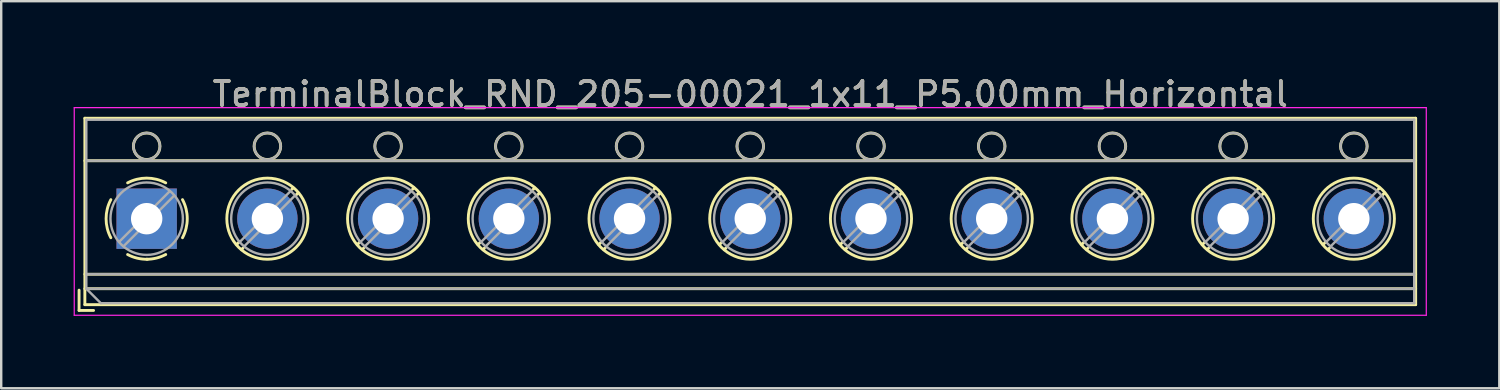
<source format=kicad_pcb>
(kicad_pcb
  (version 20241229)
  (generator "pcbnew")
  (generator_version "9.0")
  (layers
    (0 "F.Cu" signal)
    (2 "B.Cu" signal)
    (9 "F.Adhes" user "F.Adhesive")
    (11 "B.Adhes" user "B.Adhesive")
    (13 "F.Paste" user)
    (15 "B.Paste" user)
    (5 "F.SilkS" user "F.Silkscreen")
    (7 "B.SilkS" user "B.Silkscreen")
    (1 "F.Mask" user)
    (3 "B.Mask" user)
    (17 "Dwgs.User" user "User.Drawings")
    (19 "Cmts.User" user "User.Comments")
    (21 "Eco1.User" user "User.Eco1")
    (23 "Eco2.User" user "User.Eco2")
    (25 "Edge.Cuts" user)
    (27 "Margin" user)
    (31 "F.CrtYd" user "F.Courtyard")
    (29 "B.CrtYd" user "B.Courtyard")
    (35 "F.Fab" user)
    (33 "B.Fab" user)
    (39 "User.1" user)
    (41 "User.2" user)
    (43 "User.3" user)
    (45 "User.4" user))
  (footprint "TerminalBlock_RND_205-00021_1x11_P5.00mm_Horizontal"
    (layer "F.Cu")
    (at 3.025 6.008)
    (property "Reference" "TerminalBlock_RND_205-00021_1x11_P5.00mm_Horizontal" (at 25 -5.16 0) (layer "F.SilkS") (effects (font (size 1 1) (thickness 0.15))))
    (attr through_hole)
    (fp_line (start -2.8 2.96) (end -2.8 3.8) (stroke (width 0.12) (type solid)) (layer "F.SilkS"))
    (fp_line (start -2.8 3.8) (end -2.2 3.8) (stroke (width 0.12) (type solid)) (layer "F.SilkS"))
    (fp_line (start -2.56 -4.16) (end -2.56 3.561) (stroke (width 0.12) (type solid)) (layer "F.SilkS"))
    (fp_line (start -2.56 -4.16) (end 52.56 -4.16) (stroke (width 0.12) (type solid)) (layer "F.SilkS"))
    (fp_line (start -2.56 -2.4) (end 52.56 -2.4) (stroke (width 0.12) (type solid)) (layer "F.SilkS"))
    (fp_line (start -2.56 2.3) (end 52.56 2.3) (stroke (width 0.12) (type solid)) (layer "F.SilkS"))
    (fp_line (start -2.56 2.9) (end 52.56 2.9) (stroke (width 0.12) (type solid)) (layer "F.SilkS"))
    (fp_line (start -2.56 3.561) (end 52.56 3.561) (stroke (width 0.12) (type solid)) (layer "F.SilkS"))
    (fp_line (start 3.82 0.976) (end 3.726 1.069) (stroke (width 0.12) (type solid)) (layer "F.SilkS"))
    (fp_line (start 3.99 1.216) (end 3.931 1.274) (stroke (width 0.12) (type solid)) (layer "F.SilkS"))
    (fp_line (start 6.07 -1.275) (end 6.011 -1.216) (stroke (width 0.12) (type solid)) (layer "F.SilkS"))
    (fp_line (start 6.275 -1.069) (end 6.181 -0.976) (stroke (width 0.12) (type solid)) (layer "F.SilkS"))
    (fp_line (start 8.82 0.976) (end 8.726 1.069) (stroke (width 0.12) (type solid)) (layer "F.SilkS"))
    (fp_line (start 8.99 1.216) (end 8.931 1.274) (stroke (width 0.12) (type solid)) (layer "F.SilkS"))
    (fp_line (start 11.07 -1.275) (end 11.011 -1.216) (stroke (width 0.12) (type solid)) (layer "F.SilkS"))
    (fp_line (start 11.275 -1.069) (end 11.181 -0.976) (stroke (width 0.12) (type solid)) (layer "F.SilkS"))
    (fp_line (start 13.82 0.976) (end 13.726 1.069) (stroke (width 0.12) (type solid)) (layer "F.SilkS"))
    (fp_line (start 13.99 1.216) (end 13.931 1.274) (stroke (width 0.12) (type solid)) (layer "F.SilkS"))
    (fp_line (start 16.07 -1.275) (end 16.011 -1.216) (stroke (width 0.12) (type solid)) (layer "F.SilkS"))
    (fp_line (start 16.275 -1.069) (end 16.181 -0.976) (stroke (width 0.12) (type solid)) (layer "F.SilkS"))
    (fp_line (start 18.82 0.976) (end 18.726 1.069) (stroke (width 0.12) (type solid)) (layer "F.SilkS"))
    (fp_line (start 18.99 1.216) (end 18.931 1.274) (stroke (width 0.12) (type solid)) (layer "F.SilkS"))
    (fp_line (start 21.07 -1.275) (end 21.011 -1.216) (stroke (width 0.12) (type solid)) (layer "F.SilkS"))
    (fp_line (start 21.275 -1.069) (end 21.181 -0.976) (stroke (width 0.12) (type solid)) (layer "F.SilkS"))
    (fp_line (start 23.82 0.976) (end 23.726 1.069) (stroke (width 0.12) (type solid)) (layer "F.SilkS"))
    (fp_line (start 23.99 1.216) (end 23.931 1.274) (stroke (width 0.12) (type solid)) (layer "F.SilkS"))
    (fp_line (start 26.07 -1.275) (end 26.011 -1.216) (stroke (width 0.12) (type solid)) (layer "F.SilkS"))
    (fp_line (start 26.275 -1.069) (end 26.181 -0.976) (stroke (width 0.12) (type solid)) (layer "F.SilkS"))
    (fp_line (start 28.82 0.976) (end 28.726 1.069) (stroke (width 0.12) (type solid)) (layer "F.SilkS"))
    (fp_line (start 28.99 1.216) (end 28.931 1.274) (stroke (width 0.12) (type solid)) (layer "F.SilkS"))
    (fp_line (start 31.07 -1.275) (end 31.011 -1.216) (stroke (width 0.12) (type solid)) (layer "F.SilkS"))
    (fp_line (start 31.275 -1.069) (end 31.181 -0.976) (stroke (width 0.12) (type solid)) (layer "F.SilkS"))
    (fp_line (start 33.82 0.976) (end 33.726 1.069) (stroke (width 0.12) (type solid)) (layer "F.SilkS"))
    (fp_line (start 33.99 1.216) (end 33.931 1.274) (stroke (width 0.12) (type solid)) (layer "F.SilkS"))
    (fp_line (start 36.07 -1.275) (end 36.011 -1.216) (stroke (width 0.12) (type solid)) (layer "F.SilkS"))
    (fp_line (start 36.275 -1.069) (end 36.181 -0.976) (stroke (width 0.12) (type solid)) (layer "F.SilkS"))
    (fp_line (start 38.82 0.976) (end 38.726 1.069) (stroke (width 0.12) (type solid)) (layer "F.SilkS"))
    (fp_line (start 38.99 1.216) (end 38.931 1.274) (stroke (width 0.12) (type solid)) (layer "F.SilkS"))
    (fp_line (start 41.07 -1.275) (end 41.011 -1.216) (stroke (width 0.12) (type solid)) (layer "F.SilkS"))
    (fp_line (start 41.275 -1.069) (end 41.181 -0.976) (stroke (width 0.12) (type solid)) (layer "F.SilkS"))
    (fp_line (start 43.82 0.976) (end 43.726 1.069) (stroke (width 0.12) (type solid)) (layer "F.SilkS"))
    (fp_line (start 43.99 1.216) (end 43.931 1.274) (stroke (width 0.12) (type solid)) (layer "F.SilkS"))
    (fp_line (start 46.07 -1.275) (end 46.011 -1.216) (stroke (width 0.12) (type solid)) (layer "F.SilkS"))
    (fp_line (start 46.275 -1.069) (end 46.181 -0.976) (stroke (width 0.12) (type solid)) (layer "F.SilkS"))
    (fp_line (start 48.82 0.976) (end 48.726 1.069) (stroke (width 0.12) (type solid)) (layer "F.SilkS"))
    (fp_line (start 48.99 1.216) (end 48.931 1.274) (stroke (width 0.12) (type solid)) (layer "F.SilkS"))
    (fp_line (start 51.07 -1.275) (end 51.011 -1.216) (stroke (width 0.12) (type solid)) (layer "F.SilkS"))
    (fp_line (start 51.275 -1.069) (end 51.181 -0.976) (stroke (width 0.12) (type solid)) (layer "F.SilkS"))
    (fp_line (start 52.56 -4.16) (end 52.56 3.561) (stroke (width 0.12) (type solid)) (layer "F.SilkS"))
    (fp_arc (start -1.483953 0.789089) (mid -1.680708 0.00005) (end -1.484 -0.789) (stroke (width 0.12) (type solid)) (layer "F.SilkS"))
    (fp_arc (start -0.789089 -1.483953) (mid -0.00005 -1.680708) (end 0.789 -1.484) (stroke (width 0.12) (type solid)) (layer "F.SilkS"))
    (fp_arc (start 0.029383 1.68045) (mid -0.392304 1.634281) (end -0.789 1.484) (stroke (width 0.12) (type solid)) (layer "F.SilkS"))
    (fp_arc (start 0.788712 1.483352) (mid 0.406429 1.630097) (end 0 1.68) (stroke (width 0.12) (type solid)) (layer "F.SilkS"))
    (fp_arc (start 1.483953 -0.789089) (mid 1.680708 -0.00005) (end 1.484 0.789) (stroke (width 0.12) (type solid)) (layer "F.SilkS"))
    (fp_circle (center 0 -3) (end 0.55 -3) (stroke (width 0.12) (type solid)) (fill no) (layer "F.SilkS"))
    (fp_circle (center 5 -3) (end 5.55 -3) (stroke (width 0.12) (type solid)) (fill no) (layer "F.SilkS"))
    (fp_circle (center 5 0) (end 6.68 0) (stroke (width 0.12) (type solid)) (fill no) (layer "F.SilkS"))
    (fp_circle (center 10 -3) (end 10.55 -3) (stroke (width 0.12) (type solid)) (fill no) (layer "F.SilkS"))
    (fp_circle (center 10 0) (end 11.68 0) (stroke (width 0.12) (type solid)) (fill no) (layer "F.SilkS"))
    (fp_circle (center 15 -3) (end 15.55 -3) (stroke (width 0.12) (type solid)) (fill no) (layer "F.SilkS"))
    (fp_circle (center 15 0) (end 16.68 0) (stroke (width 0.12) (type solid)) (fill no) (layer "F.SilkS"))
    (fp_circle (center 20 -3) (end 20.55 -3) (stroke (width 0.12) (type solid)) (fill no) (layer "F.SilkS"))
    (fp_circle (center 20 0) (end 21.68 0) (stroke (width 0.12) (type solid)) (fill no) (layer "F.SilkS"))
    (fp_circle (center 25 -3) (end 25.55 -3) (stroke (width 0.12) (type solid)) (fill no) (layer "F.SilkS"))
    (fp_circle (center 25 0) (end 26.68 0) (stroke (width 0.12) (type solid)) (fill no) (layer "F.SilkS"))
    (fp_circle (center 30 -3) (end 30.55 -3) (stroke (width 0.12) (type solid)) (fill no) (layer "F.SilkS"))
    (fp_circle (center 30 0) (end 31.68 0) (stroke (width 0.12) (type solid)) (fill no) (layer "F.SilkS"))
    (fp_circle (center 35 -3) (end 35.55 -3) (stroke (width 0.12) (type solid)) (fill no) (layer "F.SilkS"))
    (fp_circle (center 35 0) (end 36.68 0) (stroke (width 0.12) (type solid)) (fill no) (layer "F.SilkS"))
    (fp_circle (center 40 -3) (end 40.55 -3) (stroke (width 0.12) (type solid)) (fill no) (layer "F.SilkS"))
    (fp_circle (center 40 0) (end 41.68 0) (stroke (width 0.12) (type solid)) (fill no) (layer "F.SilkS"))
    (fp_circle (center 45 -3) (end 45.55 -3) (stroke (width 0.12) (type solid)) (fill no) (layer "F.SilkS"))
    (fp_circle (center 45 0) (end 46.68 0) (stroke (width 0.12) (type solid)) (fill no) (layer "F.SilkS"))
    (fp_circle (center 50 -3) (end 50.55 -3) (stroke (width 0.12) (type solid)) (fill no) (layer "F.SilkS"))
    (fp_circle (center 50 0) (end 51.68 0) (stroke (width 0.12) (type solid)) (fill no) (layer "F.SilkS"))
    (fp_line (start -3 -4.6) (end -3 4) (stroke (width 0.05) (type solid)) (layer "F.CrtYd"))
    (fp_line (start -3 4) (end 53 4) (stroke (width 0.05) (type solid)) (layer "F.CrtYd"))
    (fp_line (start 53 -4.6) (end -3 -4.6) (stroke (width 0.05) (type solid)) (layer "F.CrtYd"))
    (fp_line (start 53 4) (end 53 -4.6) (stroke (width 0.05) (type solid)) (layer "F.CrtYd"))
    (fp_line (start -2.5 -4.1) (end 52.5 -4.1) (stroke (width 0.1) (type solid)) (layer "F.Fab"))
    (fp_line (start -2.5 -2.4) (end 52.5 -2.4) (stroke (width 0.1) (type solid)) (layer "F.Fab"))
    (fp_line (start -2.5 2.3) (end 52.5 2.3) (stroke (width 0.1) (type solid)) (layer "F.Fab"))
    (fp_line (start -2.5 2.9) (end -2.5 -4.1) (stroke (width 0.1) (type solid)) (layer "F.Fab"))
    (fp_line (start -2.5 2.9) (end 52.5 2.9) (stroke (width 0.1) (type solid)) (layer "F.Fab"))
    (fp_line (start -1.9 3.5) (end -2.5 2.9) (stroke (width 0.1) (type solid)) (layer "F.Fab"))
    (fp_line (start 0.955 -1.138) (end -1.138 0.955) (stroke (width 0.1) (type solid)) (layer "F.Fab"))
    (fp_line (start 1.138 -0.955) (end -0.955 1.138) (stroke (width 0.1) (type solid)) (layer "F.Fab"))
    (fp_line (start 5.955 -1.138) (end 3.863 0.955) (stroke (width 0.1) (type solid)) (layer "F.Fab"))
    (fp_line (start 6.138 -0.955) (end 4.046 1.138) (stroke (width 0.1) (type solid)) (layer "F.Fab"))
    (fp_line (start 10.955 -1.138) (end 8.863 0.955) (stroke (width 0.1) (type solid)) (layer "F.Fab"))
    (fp_line (start 11.138 -0.955) (end 9.046 1.138) (stroke (width 0.1) (type solid)) (layer "F.Fab"))
    (fp_line (start 15.955 -1.138) (end 13.863 0.955) (stroke (width 0.1) (type solid)) (layer "F.Fab"))
    (fp_line (start 16.138 -0.955) (end 14.046 1.138) (stroke (width 0.1) (type solid)) (layer "F.Fab"))
    (fp_line (start 20.955 -1.138) (end 18.863 0.955) (stroke (width 0.1) (type solid)) (layer "F.Fab"))
    (fp_line (start 21.138 -0.955) (end 19.046 1.138) (stroke (width 0.1) (type solid)) (layer "F.Fab"))
    (fp_line (start 25.955 -1.138) (end 23.863 0.955) (stroke (width 0.1) (type solid)) (layer "F.Fab"))
    (fp_line (start 26.138 -0.955) (end 24.046 1.138) (stroke (width 0.1) (type solid)) (layer "F.Fab"))
    (fp_line (start 30.955 -1.138) (end 28.863 0.955) (stroke (width 0.1) (type solid)) (layer "F.Fab"))
    (fp_line (start 31.138 -0.955) (end 29.046 1.138) (stroke (width 0.1) (type solid)) (layer "F.Fab"))
    (fp_line (start 35.955 -1.138) (end 33.863 0.955) (stroke (width 0.1) (type solid)) (layer "F.Fab"))
    (fp_line (start 36.138 -0.955) (end 34.046 1.138) (stroke (width 0.1) (type solid)) (layer "F.Fab"))
    (fp_line (start 40.955 -1.138) (end 38.863 0.955) (stroke (width 0.1) (type solid)) (layer "F.Fab"))
    (fp_line (start 41.138 -0.955) (end 39.046 1.138) (stroke (width 0.1) (type solid)) (layer "F.Fab"))
    (fp_line (start 45.955 -1.138) (end 43.863 0.955) (stroke (width 0.1) (type solid)) (layer "F.Fab"))
    (fp_line (start 46.138 -0.955) (end 44.046 1.138) (stroke (width 0.1) (type solid)) (layer "F.Fab"))
    (fp_line (start 50.955 -1.138) (end 48.863 0.955) (stroke (width 0.1) (type solid)) (layer "F.Fab"))
    (fp_line (start 51.138 -0.955) (end 49.046 1.138) (stroke (width 0.1) (type solid)) (layer "F.Fab"))
    (fp_line (start 52.5 -4.1) (end 52.5 3.5) (stroke (width 0.1) (type solid)) (layer "F.Fab"))
    (fp_line (start 52.5 3.5) (end -1.9 3.5) (stroke (width 0.1) (type solid)) (layer "F.Fab"))
    (fp_circle (center 0 -3) (end 0.55 -3) (stroke (width 0.1) (type solid)) (fill no) (layer "F.Fab"))
    (fp_circle (center 0 0) (end 1.5 0) (stroke (width 0.1) (type solid)) (fill no) (layer "F.Fab"))
    (fp_circle (center 5 -3) (end 5.55 -3) (stroke (width 0.1) (type solid)) (fill no) (layer "F.Fab"))
    (fp_circle (center 5 0) (end 6.5 0) (stroke (width 0.1) (type solid)) (fill no) (layer "F.Fab"))
    (fp_circle (center 10 -3) (end 10.55 -3) (stroke (width 0.1) (type solid)) (fill no) (layer "F.Fab"))
    (fp_circle (center 10 0) (end 11.5 0) (stroke (width 0.1) (type solid)) (fill no) (layer "F.Fab"))
    (fp_circle (center 15 -3) (end 15.55 -3) (stroke (width 0.1) (type solid)) (fill no) (layer "F.Fab"))
    (fp_circle (center 15 0) (end 16.5 0) (stroke (width 0.1) (type solid)) (fill no) (layer "F.Fab"))
    (fp_circle (center 20 -3) (end 20.55 -3) (stroke (width 0.1) (type solid)) (fill no) (layer "F.Fab"))
    (fp_circle (center 20 0) (end 21.5 0) (stroke (width 0.1) (type solid)) (fill no) (layer "F.Fab"))
    (fp_circle (center 25 -3) (end 25.55 -3) (stroke (width 0.1) (type solid)) (fill no) (layer "F.Fab"))
    (fp_circle (center 25 0) (end 26.5 0) (stroke (width 0.1) (type solid)) (fill no) (layer "F.Fab"))
    (fp_circle (center 30 -3) (end 30.55 -3) (stroke (width 0.1) (type solid)) (fill no) (layer "F.Fab"))
    (fp_circle (center 30 0) (end 31.5 0) (stroke (width 0.1) (type solid)) (fill no) (layer "F.Fab"))
    (fp_circle (center 35 -3) (end 35.55 -3) (stroke (width 0.1) (type solid)) (fill no) (layer "F.Fab"))
    (fp_circle (center 35 0) (end 36.5 0) (stroke (width 0.1) (type solid)) (fill no) (layer "F.Fab"))
    (fp_circle (center 40 -3) (end 40.55 -3) (stroke (width 0.1) (type solid)) (fill no) (layer "F.Fab"))
    (fp_circle (center 40 0) (end 41.5 0) (stroke (width 0.1) (type solid)) (fill no) (layer "F.Fab"))
    (fp_circle (center 45 -3) (end 45.55 -3) (stroke (width 0.1) (type solid)) (fill no) (layer "F.Fab"))
    (fp_circle (center 45 0) (end 46.5 0) (stroke (width 0.1) (type solid)) (fill no) (layer "F.Fab"))
    (fp_circle (center 50 -3) (end 50.55 -3) (stroke (width 0.1) (type solid)) (fill no) (layer "F.Fab"))
    (fp_circle (center 50 0) (end 51.5 0) (stroke (width 0.1) (type solid)) (fill no) (layer "F.Fab"))
    (fp_text user "${REFERENCE}" (at 25 -5.16 0) (layer "F.Fab") (effects (font (size 1 1) (thickness 0.15))))
    (pad "1" thru_hole rect (at 0 0) (size 2.5 2.5) (drill 1.3) (layers "*.Cu" "*.Mask"))
    (pad "2" thru_hole circle (at 5 0) (size 2.5 2.5) (drill 1.3) (layers "*.Cu" "*.Mask"))
    (pad "3" thru_hole circle (at 10 0) (size 2.5 2.5) (drill 1.3) (layers "*.Cu" "*.Mask"))
    (pad "4" thru_hole circle (at 15 0) (size 2.5 2.5) (drill 1.3) (layers "*.Cu" "*.Mask"))
    (pad "5" thru_hole circle (at 20 0) (size 2.5 2.5) (drill 1.3) (layers "*.Cu" "*.Mask"))
    (pad "6" thru_hole circle (at 25 0) (size 2.5 2.5) (drill 1.3) (layers "*.Cu" "*.Mask"))
    (pad "7" thru_hole circle (at 30 0) (size 2.5 2.5) (drill 1.3) (layers "*.Cu" "*.Mask"))
    (pad "8" thru_hole circle (at 35 0) (size 2.5 2.5) (drill 1.3) (layers "*.Cu" "*.Mask"))
    (pad "9" thru_hole circle (at 40 0) (size 2.5 2.5) (drill 1.3) (layers "*.Cu" "*.Mask"))
    (pad "10" thru_hole circle (at 45 0) (size 2.5 2.5) (drill 1.3) (layers "*.Cu" "*.Mask"))
    (pad "11" thru_hole circle (at 50 0) (size 2.5 2.5) (drill 1.3) (layers "*.Cu" "*.Mask")))
  (gr_rect
    (start -3 -3)
    (end 59.05 13.033)
    (stroke (width 0.1) (type default))
    (fill no)
    (layer "Edge.Cuts")))
</source>
